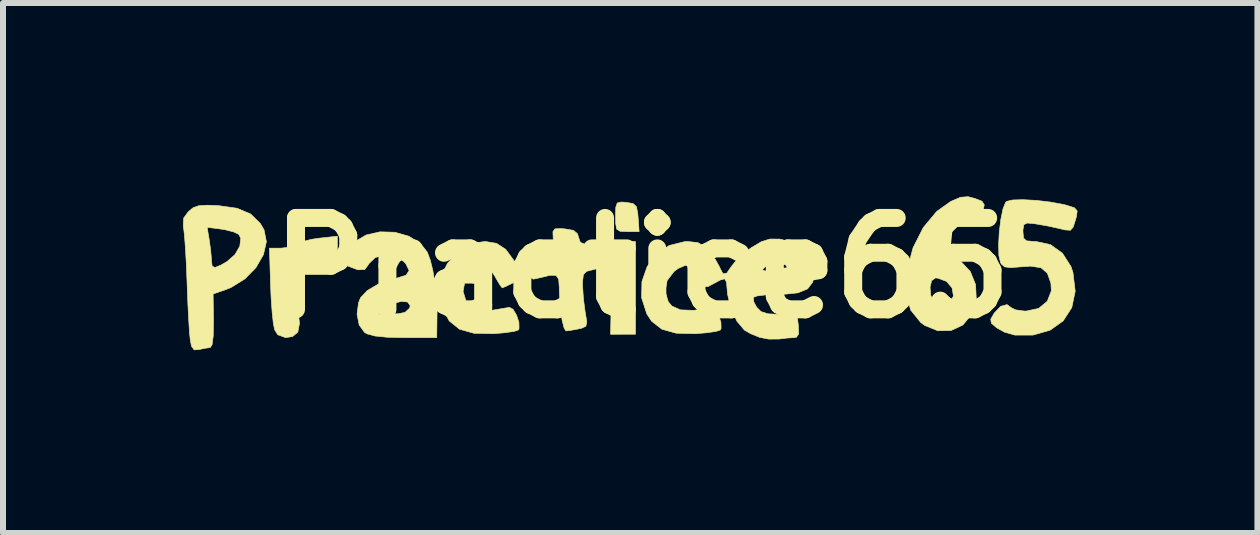
<source format=kicad_pcb>
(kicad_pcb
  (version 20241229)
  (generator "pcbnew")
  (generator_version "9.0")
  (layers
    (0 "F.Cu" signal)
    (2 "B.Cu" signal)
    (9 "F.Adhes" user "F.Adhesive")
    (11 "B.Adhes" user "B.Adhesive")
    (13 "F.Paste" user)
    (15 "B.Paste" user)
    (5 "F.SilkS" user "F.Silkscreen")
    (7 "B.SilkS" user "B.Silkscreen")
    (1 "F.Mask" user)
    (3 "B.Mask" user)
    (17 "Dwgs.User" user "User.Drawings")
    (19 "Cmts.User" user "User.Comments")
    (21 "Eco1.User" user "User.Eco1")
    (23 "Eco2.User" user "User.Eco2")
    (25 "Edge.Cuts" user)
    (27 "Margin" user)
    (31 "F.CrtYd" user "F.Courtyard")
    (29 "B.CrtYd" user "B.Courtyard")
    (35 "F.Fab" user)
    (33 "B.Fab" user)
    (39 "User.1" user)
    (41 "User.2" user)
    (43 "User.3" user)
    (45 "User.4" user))
  (footprint "Practice65"
    (layer "F.Cu")
    (at 7.654 1.418)
    (property "Reference" "Practice65" (at 0 0 0) (layer "F.SilkS") (effects (font (size 1.524 1.524) (thickness 0.3))))
    (attr through_hole)
    (fp_poly (pts (xy -0.11 1.104) (xy -0.318 1.104) (xy -0.525 1.105) (xy -0.491 -0.442) (xy -0.11 -0.442) (xy -0.11 1.104)) (stroke (width 0.01) (type solid)) (fill yes) (layer "F.SilkS"))
    (fp_poly (pts (xy -0.262 -1.094) (xy -0.149 -1.074) (xy -0.093 -1.021) (xy -0.071 -0.903) (xy -0.066 -0.842) (xy -0.049 -0.607) (xy -0.245 -0.607) (xy -0.365 -0.612) (xy -0.423 -0.647) (xy -0.44 -0.742) (xy -0.442 -0.859) (xy -0.438 -1.013) (xy -0.413 -1.084) (xy -0.345 -1.1) (xy -0.262 -1.094)) (stroke (width 0.01) (type solid)) (fill yes) (layer "F.SilkS"))
    (fp_poly (pts (xy -5.08 -0.32) (xy -5.087 -0.183) (xy -5.127 -0.124) (xy -5.225 -0.111) (xy -5.249 -0.11) (xy -5.485 -0.067) (xy -5.651 0.058) (xy -5.743 0.261) (xy -5.759 0.535) (xy -5.738 0.69) (xy -5.711 0.922) (xy -5.739 1.069) (xy -5.827 1.143) (xy -5.944 1.16) (xy -6.073 1.113) (xy -6.125 1.031) (xy -6.147 0.925) (xy -6.167 0.737) (xy -6.184 0.496) (xy -6.193 0.286) (xy -6.212 -0.331) (xy -6.016 -0.331) (xy -5.866 -0.349) (xy -5.76 -0.392) (xy -5.754 -0.397) (xy -5.665 -0.44) (xy -5.506 -0.479) (xy -5.384 -0.497) (xy -5.08 -0.53) (xy -5.08 -0.32)) (stroke (width 0.01) (type solid)) (fill yes) (layer "F.SilkS"))
    (fp_poly (pts (xy -1.288 -0.652) (xy -1.143 -0.627) (xy -1.076 -0.571) (xy -1.059 -0.511) (xy -1.03 -0.429) (xy -0.951 -0.393) (xy -0.824 -0.387) (xy -0.685 -0.38) (xy -0.623 -0.343) (xy -0.608 -0.247) (xy -0.607 -0.199) (xy -0.619 -0.071) (xy -0.676 -0.009) (xy -0.801 0.024) (xy -0.923 0.055) (xy -0.978 0.109) (xy -0.992 0.224) (xy -0.992 0.292) (xy -0.978 0.51) (xy -0.949 0.732) (xy -0.945 0.754) (xy -0.921 0.899) (xy -0.937 0.971) (xy -1.008 1.004) (xy -1.064 1.016) (xy -1.194 1.04) (xy -1.269 1.049) (xy -1.3 1) (xy -1.332 0.875) (xy -1.345 0.793) (xy -1.368 0.58) (xy -1.38 0.37) (xy -1.38 0.324) (xy -1.39 0.186) (xy -1.435 0.123) (xy -1.539 0.122) (xy -1.692 0.16) (xy -1.813 0.186) (xy -1.869 0.152) (xy -1.899 0.043) (xy -1.925 -0.112) (xy -1.906 -0.193) (xy -1.819 -0.235) (xy -1.698 -0.262) (xy -1.552 -0.297) (xy -1.487 -0.344) (xy -1.476 -0.432) (xy -1.481 -0.489) (xy -1.486 -0.606) (xy -1.451 -0.653) (xy -1.346 -0.657) (xy -1.288 -0.652)) (stroke (width 0.01) (type solid)) (fill yes) (layer "F.SilkS"))
    (fp_poly (pts (xy -7.064 -1.04) (xy -6.752 -0.996) (xy -6.525 -0.9) (xy -6.364 -0.742) (xy -6.302 -0.636) (xy -6.263 -0.439) (xy -6.312 -0.223) (xy -6.436 -0.008) (xy -6.621 0.181) (xy -6.854 0.326) (xy -6.937 0.359) (xy -7.151 0.433) (xy -7.145 0.879) (xy -7.149 1.131) (xy -7.169 1.281) (xy -7.2 1.326) (xy -7.3 1.34) (xy -7.382 1.359) (xy -7.467 1.365) (xy -7.511 1.305) (xy -7.531 1.206) (xy -7.544 1.085) (xy -7.557 0.879) (xy -7.571 0.614) (xy -7.583 0.316) (xy -7.586 0.221) (xy -7.598 -0.075) (xy -7.613 -0.338) (xy -7.629 -0.547) (xy -7.644 -0.676) (xy -7.645 -0.679) (xy -7.251 -0.679) (xy -7.215 -0.464) (xy -7.191 -0.289) (xy -7.179 -0.141) (xy -7.179 -0.124) (xy -7.167 -0.032) (xy -7.12 -0.008) (xy -7.016 -0.051) (xy -6.917 -0.109) (xy -6.786 -0.225) (xy -6.706 -0.364) (xy -6.69 -0.495) (xy -6.723 -0.561) (xy -6.809 -0.602) (xy -6.958 -0.639) (xy -7.015 -0.648) (xy -7.251 -0.679) (xy -7.645 -0.679) (xy -7.649 -0.699) (xy -7.643 -0.831) (xy -7.564 -0.939) (xy -7.485 -1.005) (xy -7.391 -1.038) (xy -7.249 -1.047) (xy -7.064 -1.04)) (stroke (width 0.01) (type solid)) (fill yes) (layer "F.SilkS"))
    (fp_poly (pts (xy 5.547 -1.16) (xy 5.667 -1.113) (xy 5.705 -1.054) (xy 5.682 -0.94) (xy 5.673 -0.912) (xy 5.624 -0.787) (xy 5.559 -0.745) (xy 5.467 -0.754) (xy 5.367 -0.757) (xy 5.273 -0.709) (xy 5.156 -0.593) (xy 5.116 -0.547) (xy 5.006 -0.412) (xy 4.932 -0.309) (xy 4.914 -0.272) (xy 4.962 -0.237) (xy 5.081 -0.202) (xy 5.104 -0.198) (xy 5.317 -0.107) (xy 5.472 0.059) (xy 5.56 0.276) (xy 5.572 0.52) (xy 5.497 0.767) (xy 5.494 0.774) (xy 5.348 0.95) (xy 5.152 1.042) (xy 4.931 1.046) (xy 4.712 0.958) (xy 4.644 0.907) (xy 4.479 0.702) (xy 4.4 0.436) (xy 4.402 0.319) (xy 4.801 0.319) (xy 4.811 0.449) (xy 4.857 0.562) (xy 4.901 0.603) (xy 5.006 0.654) (xy 5.074 0.641) (xy 5.124 0.596) (xy 5.191 0.467) (xy 5.169 0.333) (xy 5.076 0.223) (xy 4.927 0.168) (xy 4.89 0.166) (xy 4.827 0.211) (xy 4.801 0.319) (xy 4.402 0.319) (xy 4.406 0.104) (xy 4.415 0.043) (xy 4.518 -0.338) (xy 4.688 -0.674) (xy 4.912 -0.943) (xy 5.148 -1.111) (xy 5.308 -1.179) (xy 5.434 -1.189) (xy 5.547 -1.16)) (stroke (width 0.01) (type solid)) (fill yes) (layer "F.SilkS"))
    (fp_poly (pts (xy 6.574 -1.127) (xy 6.811 -1.099) (xy 7.03 -1.058) (xy 7.077 -1.046) (xy 7.208 -1.004) (xy 7.254 -0.952) (xy 7.241 -0.855) (xy 7.231 -0.82) (xy 7.188 -0.683) (xy 7.14 -0.629) (xy 7.047 -0.636) (xy 6.954 -0.659) (xy 6.761 -0.701) (xy 6.559 -0.736) (xy 6.557 -0.737) (xy 6.422 -0.75) (xy 6.364 -0.723) (xy 6.35 -0.637) (xy 6.35 -0.604) (xy 6.359 -0.499) (xy 6.409 -0.453) (xy 6.53 -0.442) (xy 6.567 -0.442) (xy 6.807 -0.39) (xy 7.008 -0.247) (xy 7.149 -0.027) (xy 7.183 0.071) (xy 7.221 0.387) (xy 7.164 0.66) (xy 7.021 0.881) (xy 6.802 1.037) (xy 6.518 1.118) (xy 6.212 1.118) (xy 6.041 1.069) (xy 5.912 0.997) (xy 5.823 0.92) (xy 5.813 0.853) (xy 5.872 0.751) (xy 5.979 0.638) (xy 6.085 0.61) (xy 6.157 0.663) (xy 6.229 0.698) (xy 6.366 0.717) (xy 6.404 0.718) (xy 6.611 0.674) (xy 6.756 0.554) (xy 6.823 0.381) (xy 6.816 0.252) (xy 6.757 0.087) (xy 6.651 -0.004) (xy 6.479 -0.031) (xy 6.318 -0.02) (xy 6.143 -0.006) (xy 6.044 -0.019) (xy 5.989 -0.067) (xy 5.976 -0.09) (xy 5.949 -0.206) (xy 5.944 -0.386) (xy 5.955 -0.598) (xy 5.981 -0.809) (xy 6.017 -0.986) (xy 6.061 -1.095) (xy 6.076 -1.11) (xy 6.175 -1.134) (xy 6.352 -1.139) (xy 6.574 -1.127)) (stroke (width 0.01) (type solid)) (fill yes) (layer "F.SilkS"))
    (fp_poly (pts (xy -4.121 -0.596) (xy -3.886 -0.529) (xy -3.689 -0.402) (xy -3.581 -0.265) (xy -3.53 -0.13) (xy -3.486 0.052) (xy -3.477 0.11) (xy -3.452 0.252) (xy -3.428 0.293) (xy -3.402 0.248) (xy -3.246 -0.074) (xy -3.052 -0.295) (xy -2.817 -0.415) (xy -2.615 -0.442) (xy -2.426 -0.411) (xy -2.272 -0.31) (xy -2.133 -0.12) (xy -2.077 -0.016) (xy -2.022 0.105) (xy -2.03 0.171) (xy -2.112 0.227) (xy -2.15 0.247) (xy -2.266 0.304) (xy -2.33 0.331) (xy -2.331 0.331) (xy -2.366 0.288) (xy -2.431 0.179) (xy -2.453 0.138) (xy -2.548 -0.004) (xy -2.642 -0.046) (xy -2.764 0.006) (xy -2.836 0.059) (xy -2.951 0.209) (xy -2.984 0.389) (xy -2.932 0.561) (xy -2.873 0.634) (xy -2.727 0.698) (xy -2.506 0.706) (xy -2.229 0.659) (xy -2.213 0.655) (xy -2.151 0.688) (xy -2.092 0.787) (xy -2.053 0.908) (xy -2.051 1.009) (xy -2.065 1.035) (xy -2.137 1.057) (xy -2.286 1.079) (xy -2.479 1.095) (xy -2.803 1.088) (xy -3.044 1.02) (xy -3.215 0.882) (xy -3.331 0.665) (xy -3.372 0.525) (xy -3.393 0.468) (xy -3.407 0.507) (xy -3.416 0.649) (xy -3.418 0.759) (xy -3.423 1.16) (xy -3.963 1.16) (xy -4.252 1.154) (xy -4.451 1.134) (xy -4.58 1.099) (xy -4.626 1.074) (xy -4.716 0.95) (xy -4.751 0.771) (xy -4.751 0.769) (xy -4.39 0.769) (xy -4.215 0.771) (xy -4.062 0.762) (xy -3.953 0.74) (xy -3.876 0.671) (xy -3.865 0.629) (xy -3.908 0.567) (xy -4.013 0.556) (xy -4.146 0.592) (xy -4.259 0.661) (xy -4.39 0.769) (xy -4.751 0.769) (xy -4.727 0.579) (xy -4.692 0.494) (xy -4.581 0.376) (xy -4.397 0.267) (xy -4.176 0.188) (xy -4.091 0.169) (xy -3.934 0.12) (xy -3.883 0.042) (xy -3.937 -0.068) (xy -3.975 -0.11) (xy -4.121 -0.196) (xy -4.291 -0.217) (xy -4.448 -0.175) (xy -4.552 -0.075) (xy -4.555 -0.067) (xy -4.623 0.025) (xy -4.731 0.03) (xy -4.749 0.026) (xy -4.9 -0.031) (xy -4.954 -0.116) (xy -4.924 -0.252) (xy -4.92 -0.262) (xy -4.794 -0.436) (xy -4.601 -0.55) (xy -4.368 -0.603) (xy -4.121 -0.596)) (stroke (width 0.01) (type solid)) (fill yes) (layer "F.SilkS"))
    (fp_poly (pts (xy 2.295 -0.482) (xy 2.31 -0.48) (xy 2.558 -0.41) (xy 2.745 -0.269) (xy 2.852 -0.075) (xy 2.871 0.062) (xy 2.846 0.234) (xy 2.759 0.348) (xy 2.598 0.414) (xy 2.348 0.44) (xy 2.255 0.442) (xy 2.063 0.448) (xy 1.92 0.465) (xy 1.855 0.488) (xy 1.862 0.563) (xy 1.91 0.654) (xy 1.984 0.727) (xy 2.096 0.763) (xy 2.28 0.773) (xy 2.289 0.773) (xy 2.583 0.773) (xy 2.606 0.966) (xy 2.61 1.1) (xy 2.574 1.154) (xy 2.536 1.16) (xy 2.413 1.168) (xy 2.285 1.184) (xy 2.111 1.185) (xy 1.96 1.156) (xy 1.812 1.096) (xy 1.706 1.035) (xy 1.581 0.886) (xy 1.481 0.671) (xy 1.425 0.436) (xy 1.421 0.387) (xy 1.408 0.237) (xy 1.377 0.18) (xy 1.302 0.201) (xy 1.215 0.248) (xy 1.099 0.31) (xy 1.03 0.311) (xy 0.971 0.24) (xy 0.915 0.138) (xy 0.82 -0.004) (xy 0.726 -0.046) (xy 0.604 0.006) (xy 0.532 0.059) (xy 0.418 0.209) (xy 0.385 0.389) (xy 0.436 0.561) (xy 0.496 0.634) (xy 0.641 0.698) (xy 0.862 0.706) (xy 1.139 0.659) (xy 1.155 0.655) (xy 1.217 0.688) (xy 1.276 0.787) (xy 1.315 0.908) (xy 1.317 1.009) (xy 1.303 1.035) (xy 1.232 1.057) (xy 1.083 1.079) (xy 0.889 1.095) (xy 0.569 1.087) (xy 0.33 1.02) (xy 0.159 0.887) (xy 0.079 0.765) (xy -0.008 0.495) (xy -0.002 0.226) (xy 0.085 -0.023) (xy 0.24 -0.23) (xy 0.453 -0.376) (xy 0.713 -0.44) (xy 0.758 -0.442) (xy 0.931 -0.423) (xy 1.056 -0.349) (xy 1.123 -0.276) (xy 1.224 -0.139) (xy 1.292 -0.016) (xy 1.298 -0.000298) (xy 1.349 0.096) (xy 1.413 0.085) (xy 1.457 0.021) (xy 2.01 0.021) (xy 2.024 0.045) (xy 2.127 0.053) (xy 2.195 0.053) (xy 2.338 0.043) (xy 2.421 0.014) (xy 2.43 0) (xy 2.391 -0.054) (xy 2.379 -0.055) (xy 2.284 -0.073) (xy 2.253 -0.084) (xy 2.155 -0.076) (xy 2.069 -0.031) (xy 2.01 0.021) (xy 1.457 0.021) (xy 1.492 -0.029) (xy 1.58 -0.14) (xy 1.725 -0.269) (xy 1.819 -0.337) (xy 1.991 -0.44) (xy 2.133 -0.483) (xy 2.295 -0.482)) (stroke (width 0.01) (type solid)) (fill yes) (layer "F.SilkS")))
  (gr_rect
    (start -3 -3)
    (end 17.913 5.836)
    (stroke (width 0.1) (type default))
    (fill no)
    (layer "Edge.Cuts")))
</source>
